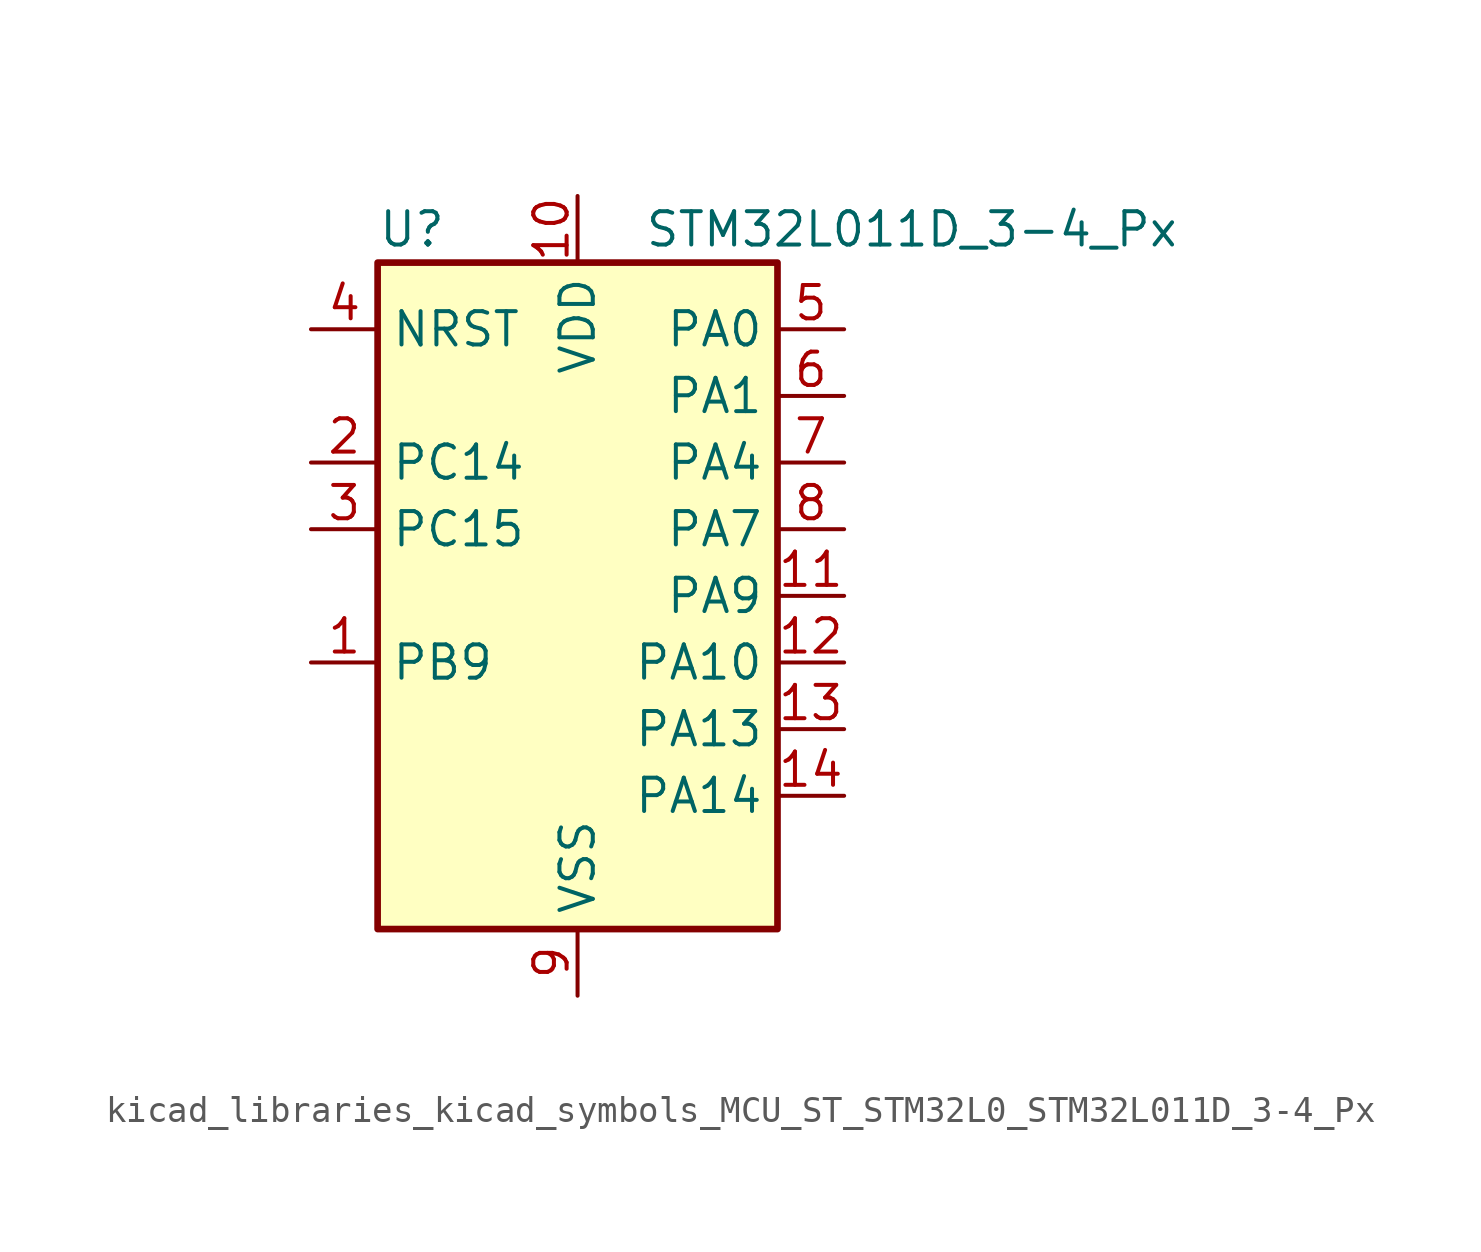
<source format=kicad_sym>
(kicad_symbol_lib
  (version 20220914)
  (generator kicad_symbol_editor)
  (symbol "kicad_libraries_kicad_symbols_MCU_ST_STM32L0_STM32L011D_3-4_Px"
    (property "Reference" "U"
      (at -7.62 13.97 0)
      (effects (font (size 1.27 1.27)) (justify left)))
    (property "Value" "STM32L011D_3-4_Px"
      (at 2.54 13.97 0)
      (effects (font (size 1.27 1.27)) (justify left)))
    (property "ki_locked" ""
      (at 0 0 0)
      (effects (font (size 1.27 1.27))))
    (symbol "kicad_libraries_kicad_symbols_MCU_ST_STM32L0_STM32L011D_3-4_Px_0_1"
      (rectangle (start -7.62 -12.7) (end 7.62 12.7) (stroke (width 0.254) (type default)) (fill (type background))))
    (symbol "kicad_libraries_kicad_symbols_MCU_ST_STM32L0_STM32L011D_3-4_Px_1_1"
      (pin bidirectional line (at -10.16 -2.54 0) (length 2.54) (name "PB9" (effects (font (size 1.27 1.27)))) (number "1" (effects (font (size 1.27 1.27)))))
      (pin power_in line (at 0 15.24 270) (length 2.54) (name "VDD" (effects (font (size 1.27 1.27)))) (number "10" (effects (font (size 1.27 1.27)))))
      (pin bidirectional line (at 10.16 0 180) (length 2.54) (name "PA9" (effects (font (size 1.27 1.27)))) (number "11" (effects (font (size 1.27 1.27)))) (alternate "COMP1_OUT" bidirectional line) (alternate "I2C1_SCL" bidirectional line) (alternate "LPTIM1_OUT" bidirectional line) (alternate "RCC_MCO" bidirectional line) (alternate "TIM21_CH2" bidirectional line) (alternate "USART2_TX" bidirectional line))
      (pin bidirectional line (at 10.16 -2.54 180) (length 2.54) (name "PA10" (effects (font (size 1.27 1.27)))) (number "12" (effects (font (size 1.27 1.27)))) (alternate "COMP1_OUT" bidirectional line) (alternate "I2C1_SDA" bidirectional line) (alternate "RTC_REFIN" bidirectional line) (alternate "TIM21_CH1" bidirectional line) (alternate "TIM2_CH3" bidirectional line) (alternate "USART2_RX" bidirectional line))
      (pin bidirectional line (at 10.16 -5.08 180) (length 2.54) (name "PA13" (effects (font (size 1.27 1.27)))) (number "13" (effects (font (size 1.27 1.27)))) (alternate "COMP1_OUT" bidirectional line) (alternate "I2C1_SDA" bidirectional line) (alternate "LPTIM1_ETR" bidirectional line) (alternate "LPUART1_RX" bidirectional line) (alternate "SPI1_SCK" bidirectional line) (alternate "SYS_SWDIO" bidirectional line))
      (pin bidirectional line (at 10.16 -7.62 180) (length 2.54) (name "PA14" (effects (font (size 1.27 1.27)))) (number "14" (effects (font (size 1.27 1.27)))) (alternate "COMP2_OUT" bidirectional line) (alternate "I2C1_SMBA" bidirectional line) (alternate "LPTIM1_OUT" bidirectional line) (alternate "LPUART1_TX" bidirectional line) (alternate "SPI1_MISO" bidirectional line) (alternate "SYS_SWCLK" bidirectional line) (alternate "USART2_TX" bidirectional line))
      (pin bidirectional line (at -10.16 5.08 0) (length 2.54) (name "PC14" (effects (font (size 1.27 1.27)))) (number "2" (effects (font (size 1.27 1.27)))) (alternate "RCC_OSC32_IN" bidirectional line))
      (pin bidirectional line (at -10.16 2.54 0) (length 2.54) (name "PC15" (effects (font (size 1.27 1.27)))) (number "3" (effects (font (size 1.27 1.27)))) (alternate "RCC_OSC32_OUT" bidirectional line))
      (pin input line (at -10.16 10.16 0) (length 2.54) (name "NRST" (effects (font (size 1.27 1.27)))) (number "4" (effects (font (size 1.27 1.27)))))
      (pin bidirectional line (at 10.16 10.16 180) (length 2.54) (name "PA0" (effects (font (size 1.27 1.27)))) (number "5" (effects (font (size 1.27 1.27)))) (alternate "ADC_IN0" bidirectional line) (alternate "COMP1_INM" bidirectional line) (alternate "COMP1_OUT" bidirectional line) (alternate "LPTIM1_IN1" bidirectional line) (alternate "LPUART1_RX" bidirectional line) (alternate "RCC_CK_IN" bidirectional line) (alternate "RTC_TAMP2" bidirectional line) (alternate "SYS_WKUP1" bidirectional line) (alternate "TIM2_CH1" bidirectional line) (alternate "TIM2_ETR" bidirectional line) (alternate "USART2_CTS" bidirectional line) (alternate "USART2_RX" bidirectional line))
      (pin bidirectional line (at 10.16 7.62 180) (length 2.54) (name "PA1" (effects (font (size 1.27 1.27)))) (number "6" (effects (font (size 1.27 1.27)))) (alternate "ADC_IN1" bidirectional line) (alternate "COMP1_INP" bidirectional line) (alternate "I2C1_SMBA" bidirectional line) (alternate "LPTIM1_IN2" bidirectional line) (alternate "LPUART1_TX" bidirectional line) (alternate "TIM21_ETR" bidirectional line) (alternate "TIM2_CH2" bidirectional line) (alternate "USART2_DE" bidirectional line) (alternate "USART2_RTS" bidirectional line))
      (pin bidirectional line (at 10.16 5.08 180) (length 2.54) (name "PA4" (effects (font (size 1.27 1.27)))) (number "7" (effects (font (size 1.27 1.27)))) (alternate "ADC_IN4" bidirectional line) (alternate "COMP1_INM" bidirectional line) (alternate "COMP2_INM" bidirectional line) (alternate "COMP2_OUT" bidirectional line) (alternate "I2C1_SCL" bidirectional line) (alternate "LPTIM1_ETR" bidirectional line) (alternate "LPTIM1_IN1" bidirectional line) (alternate "LPUART1_TX" bidirectional line) (alternate "SPI1_NSS" bidirectional line) (alternate "TIM2_ETR" bidirectional line) (alternate "USART2_CK" bidirectional line))
      (pin bidirectional line (at 10.16 2.54 180) (length 2.54) (name "PA7" (effects (font (size 1.27 1.27)))) (number "8" (effects (font (size 1.27 1.27)))) (alternate "ADC_IN7" bidirectional line) (alternate "COMP2_INP" bidirectional line) (alternate "COMP2_OUT" bidirectional line) (alternate "LPTIM1_OUT" bidirectional line) (alternate "SPI1_MOSI" bidirectional line) (alternate "TIM21_ETR" bidirectional line) (alternate "USART2_CTS" bidirectional line))
      (pin power_in line (at 0 -15.24 90) (length 2.54) (name "VSS" (effects (font (size 1.27 1.27)))) (number "9" (effects (font (size 1.27 1.27))))))))
</source>
